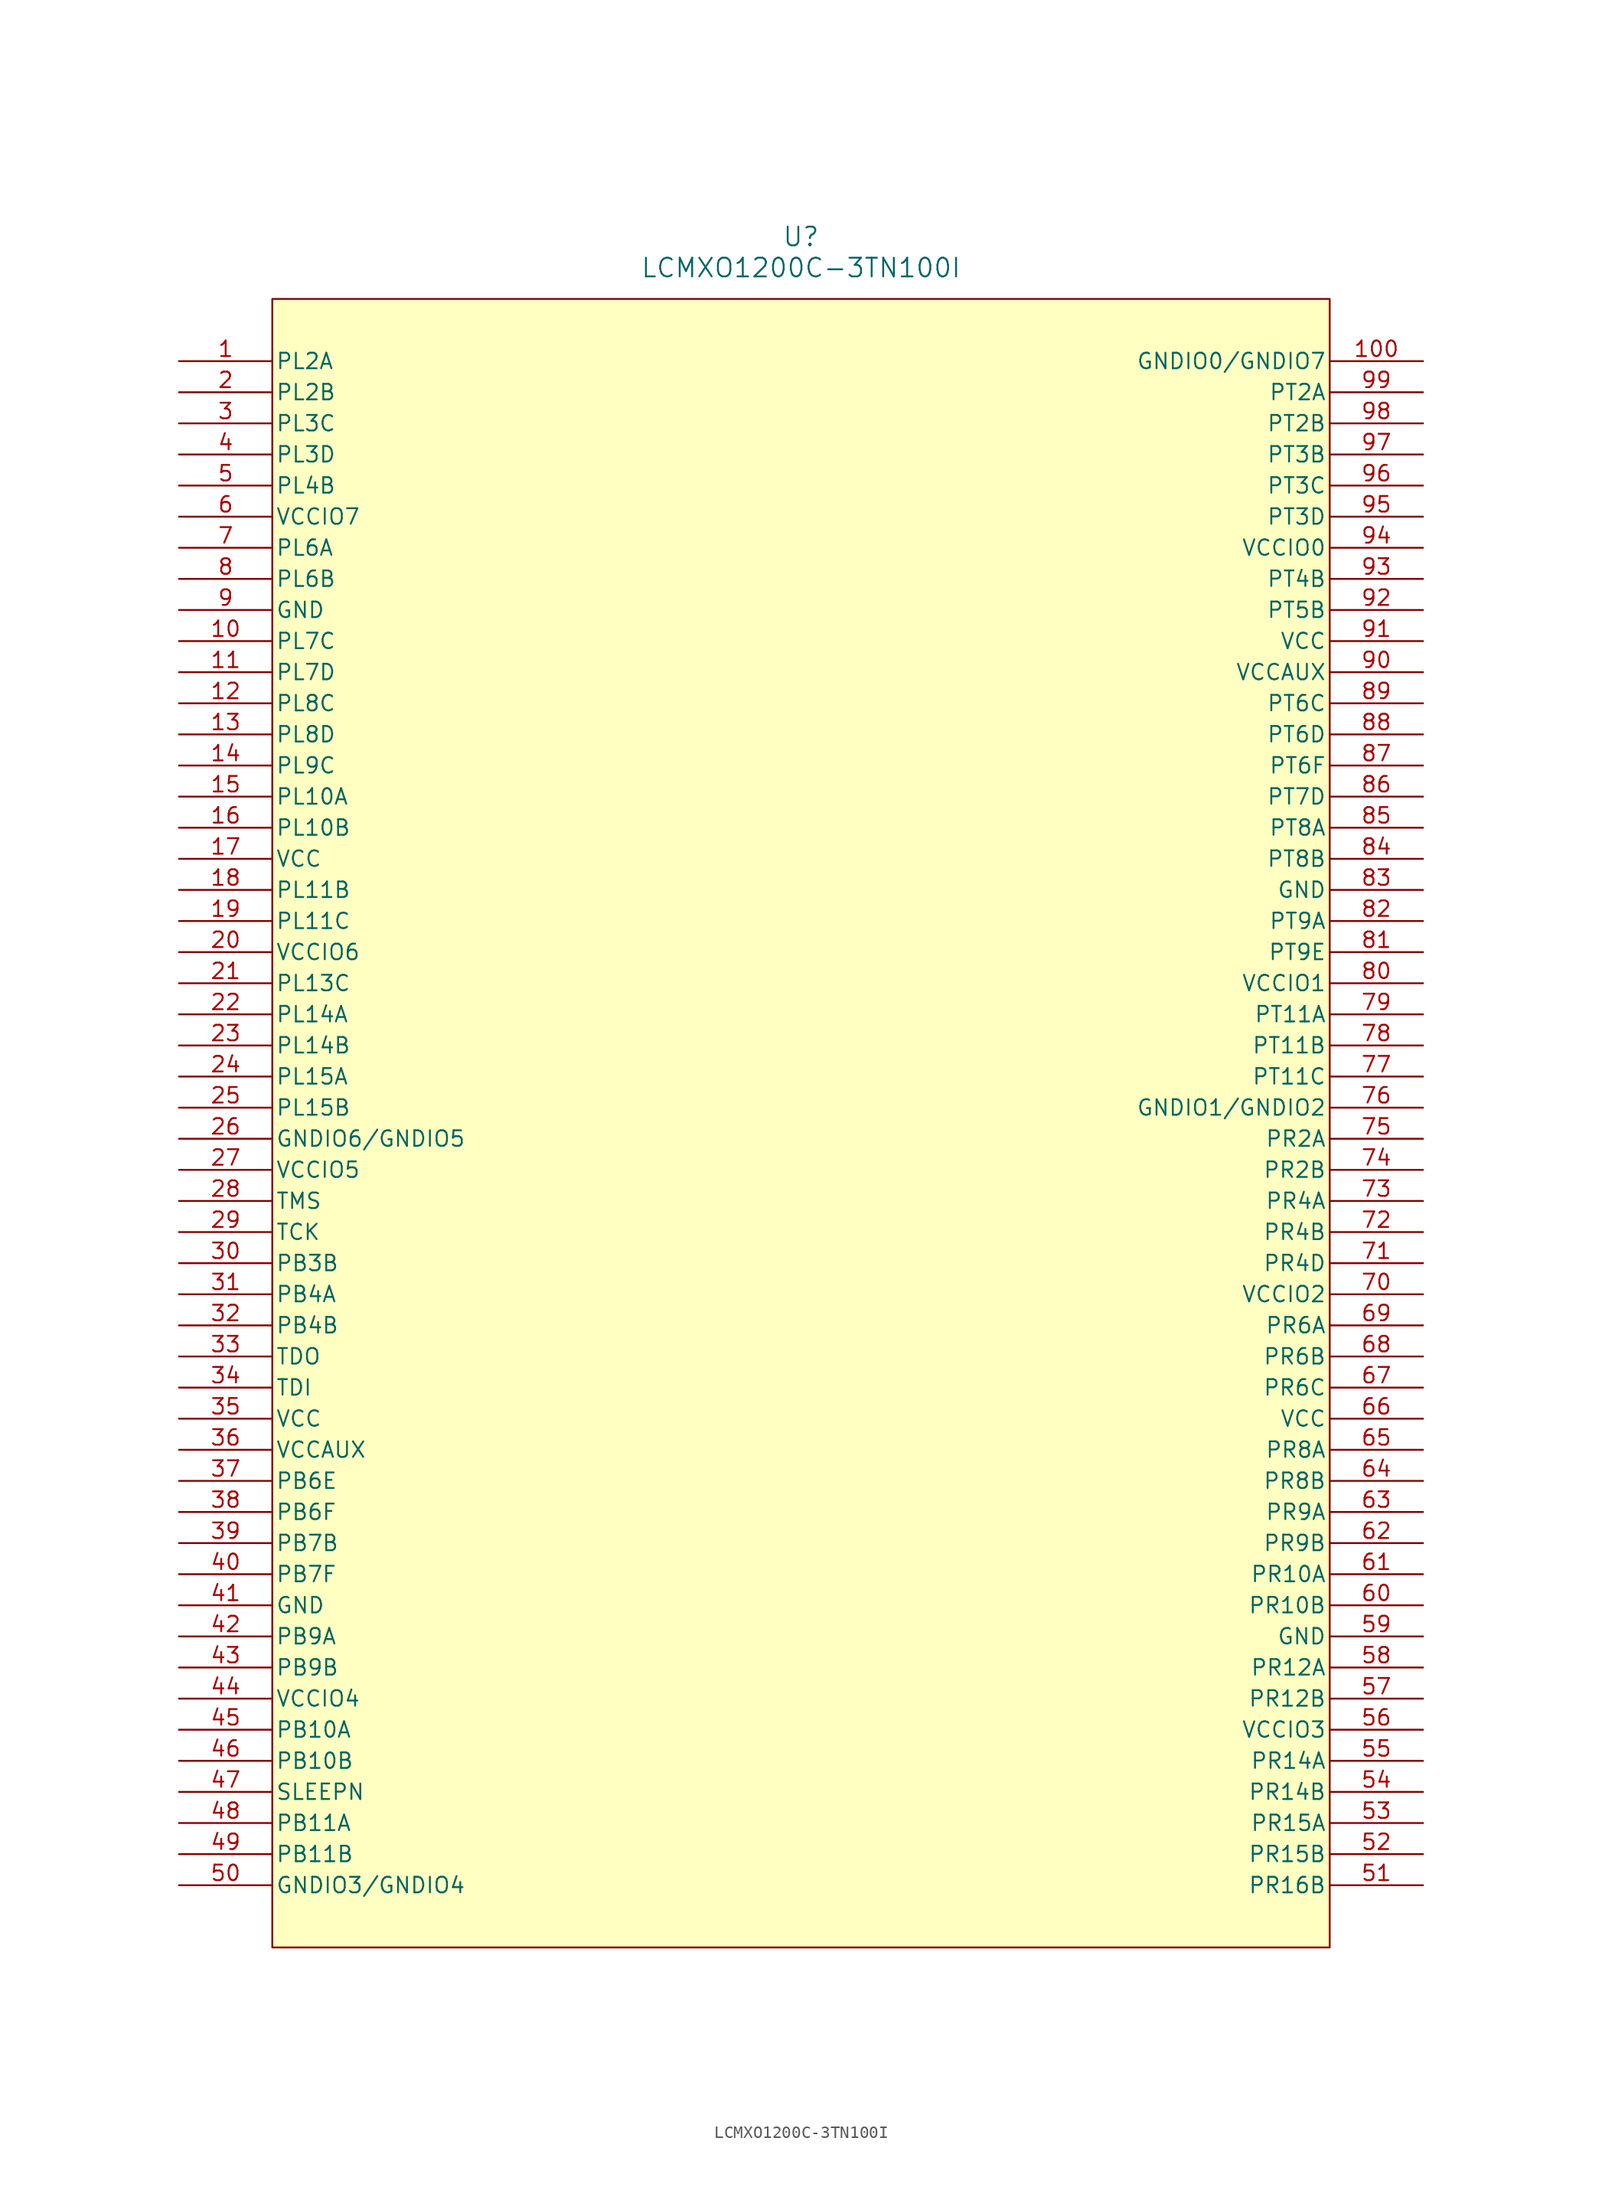
<source format=kicad_sym>
(kicad_symbol_lib
  (version 20211014)
  (generator kicad_symbol_editor)
  (symbol "LCMXO1200C-3TN100I"
    (pin_names
      (offset 0.254))
    (property "Reference" "U"
      (at 50.8 10.16 0)
      (effects (font (size 1.524 1.524))))
    (property "Value" "LCMXO1200C-3TN100I"
      (at 50.8 7.62 0)
      (effects (font (size 1.524 1.524))))
    (property "ki_locked" ""
      (at 0 0 0)
      (effects (font (size 1.27 1.27))))
    (symbol "LCMXO1200C-3TN100I_0_1"
      (pin unspecified line (at 0 0 0) (length 7.62) (name "PL2A" (effects (font (size 1.27 1.27)))) (number "1" (effects (font (size 1.27 1.27)))))
      (pin unspecified line (at 0 -22.86 0) (length 7.62) (name "PL7C" (effects (font (size 1.27 1.27)))) (number "10" (effects (font (size 1.27 1.27)))))
      (pin unspecified line (at 101.6 0 180) (length 7.62) (name "GNDIO0/GNDIO7" (effects (font (size 1.27 1.27)))) (number "100" (effects (font (size 1.27 1.27)))))
      (pin unspecified line (at 0 -25.4 0) (length 7.62) (name "PL7D" (effects (font (size 1.27 1.27)))) (number "11" (effects (font (size 1.27 1.27)))))
      (pin unspecified line (at 0 -27.94 0) (length 7.62) (name "PL8C" (effects (font (size 1.27 1.27)))) (number "12" (effects (font (size 1.27 1.27)))))
      (pin unspecified line (at 0 -30.48 0) (length 7.62) (name "PL8D" (effects (font (size 1.27 1.27)))) (number "13" (effects (font (size 1.27 1.27)))))
      (pin unspecified line (at 0 -33.02 0) (length 7.62) (name "PL9C" (effects (font (size 1.27 1.27)))) (number "14" (effects (font (size 1.27 1.27)))))
      (pin unspecified line (at 0 -35.56 0) (length 7.62) (name "PL10A" (effects (font (size 1.27 1.27)))) (number "15" (effects (font (size 1.27 1.27)))))
      (pin unspecified line (at 0 -38.1 0) (length 7.62) (name "PL10B" (effects (font (size 1.27 1.27)))) (number "16" (effects (font (size 1.27 1.27)))))
      (pin power_in line (at 0 -40.64 0) (length 7.62) (name "VCC" (effects (font (size 1.27 1.27)))) (number "17" (effects (font (size 1.27 1.27)))))
      (pin unspecified line (at 0 -43.18 0) (length 7.62) (name "PL11B" (effects (font (size 1.27 1.27)))) (number "18" (effects (font (size 1.27 1.27)))))
      (pin unspecified line (at 0 -45.72 0) (length 7.62) (name "PL11C" (effects (font (size 1.27 1.27)))) (number "19" (effects (font (size 1.27 1.27)))))
      (pin unspecified line (at 0 -2.54 0) (length 7.62) (name "PL2B" (effects (font (size 1.27 1.27)))) (number "2" (effects (font (size 1.27 1.27)))))
      (pin power_in line (at 0 -48.26 0) (length 7.62) (name "VCCIO6" (effects (font (size 1.27 1.27)))) (number "20" (effects (font (size 1.27 1.27)))))
      (pin unspecified line (at 0 -50.8 0) (length 7.62) (name "PL13C" (effects (font (size 1.27 1.27)))) (number "21" (effects (font (size 1.27 1.27)))))
      (pin unspecified line (at 0 -53.34 0) (length 7.62) (name "PL14A" (effects (font (size 1.27 1.27)))) (number "22" (effects (font (size 1.27 1.27)))))
      (pin unspecified line (at 0 -55.88 0) (length 7.62) (name "PL14B" (effects (font (size 1.27 1.27)))) (number "23" (effects (font (size 1.27 1.27)))))
      (pin unspecified line (at 0 -58.42 0) (length 7.62) (name "PL15A" (effects (font (size 1.27 1.27)))) (number "24" (effects (font (size 1.27 1.27)))))
      (pin unspecified line (at 0 -60.96 0) (length 7.62) (name "PL15B" (effects (font (size 1.27 1.27)))) (number "25" (effects (font (size 1.27 1.27)))))
      (pin unspecified line (at 0 -63.5 0) (length 7.62) (name "GNDIO6/GNDIO5" (effects (font (size 1.27 1.27)))) (number "26" (effects (font (size 1.27 1.27)))))
      (pin power_in line (at 0 -66.04 0) (length 7.62) (name "VCCIO5" (effects (font (size 1.27 1.27)))) (number "27" (effects (font (size 1.27 1.27)))))
      (pin unspecified line (at 0 -68.58 0) (length 7.62) (name "TMS" (effects (font (size 1.27 1.27)))) (number "28" (effects (font (size 1.27 1.27)))))
      (pin unspecified line (at 0 -71.12 0) (length 7.62) (name "TCK" (effects (font (size 1.27 1.27)))) (number "29" (effects (font (size 1.27 1.27)))))
      (pin unspecified line (at 0 -5.08 0) (length 7.62) (name "PL3C" (effects (font (size 1.27 1.27)))) (number "3" (effects (font (size 1.27 1.27)))))
      (pin unspecified line (at 0 -73.66 0) (length 7.62) (name "PB3B" (effects (font (size 1.27 1.27)))) (number "30" (effects (font (size 1.27 1.27)))))
      (pin unspecified line (at 0 -76.2 0) (length 7.62) (name "PB4A" (effects (font (size 1.27 1.27)))) (number "31" (effects (font (size 1.27 1.27)))))
      (pin unspecified line (at 0 -78.74 0) (length 7.62) (name "PB4B" (effects (font (size 1.27 1.27)))) (number "32" (effects (font (size 1.27 1.27)))))
      (pin unspecified line (at 0 -81.28 0) (length 7.62) (name "TDO" (effects (font (size 1.27 1.27)))) (number "33" (effects (font (size 1.27 1.27)))))
      (pin unspecified line (at 0 -83.82 0) (length 7.62) (name "TDI" (effects (font (size 1.27 1.27)))) (number "34" (effects (font (size 1.27 1.27)))))
      (pin power_in line (at 0 -86.36 0) (length 7.62) (name "VCC" (effects (font (size 1.27 1.27)))) (number "35" (effects (font (size 1.27 1.27)))))
      (pin power_in line (at 0 -88.9 0) (length 7.62) (name "VCCAUX" (effects (font (size 1.27 1.27)))) (number "36" (effects (font (size 1.27 1.27)))))
      (pin unspecified line (at 0 -91.44 0) (length 7.62) (name "PB6E" (effects (font (size 1.27 1.27)))) (number "37" (effects (font (size 1.27 1.27)))))
      (pin unspecified line (at 0 -93.98 0) (length 7.62) (name "PB6F" (effects (font (size 1.27 1.27)))) (number "38" (effects (font (size 1.27 1.27)))))
      (pin unspecified line (at 0 -96.52 0) (length 7.62) (name "PB7B" (effects (font (size 1.27 1.27)))) (number "39" (effects (font (size 1.27 1.27)))))
      (pin unspecified line (at 0 -7.62 0) (length 7.62) (name "PL3D" (effects (font (size 1.27 1.27)))) (number "4" (effects (font (size 1.27 1.27)))))
      (pin unspecified line (at 0 -99.06 0) (length 7.62) (name "PB7F" (effects (font (size 1.27 1.27)))) (number "40" (effects (font (size 1.27 1.27)))))
      (pin power_in line (at 0 -101.6 0) (length 7.62) (name "GND" (effects (font (size 1.27 1.27)))) (number "41" (effects (font (size 1.27 1.27)))))
      (pin unspecified line (at 0 -104.14 0) (length 7.62) (name "PB9A" (effects (font (size 1.27 1.27)))) (number "42" (effects (font (size 1.27 1.27)))))
      (pin unspecified line (at 0 -106.68 0) (length 7.62) (name "PB9B" (effects (font (size 1.27 1.27)))) (number "43" (effects (font (size 1.27 1.27)))))
      (pin power_in line (at 0 -109.22 0) (length 7.62) (name "VCCIO4" (effects (font (size 1.27 1.27)))) (number "44" (effects (font (size 1.27 1.27)))))
      (pin unspecified line (at 0 -111.76 0) (length 7.62) (name "PB10A" (effects (font (size 1.27 1.27)))) (number "45" (effects (font (size 1.27 1.27)))))
      (pin unspecified line (at 0 -114.3 0) (length 7.62) (name "PB10B" (effects (font (size 1.27 1.27)))) (number "46" (effects (font (size 1.27 1.27)))))
      (pin unspecified line (at 0 -116.84 0) (length 7.62) (name "SLEEPN" (effects (font (size 1.27 1.27)))) (number "47" (effects (font (size 1.27 1.27)))))
      (pin unspecified line (at 0 -119.38 0) (length 7.62) (name "PB11A" (effects (font (size 1.27 1.27)))) (number "48" (effects (font (size 1.27 1.27)))))
      (pin unspecified line (at 0 -121.92 0) (length 7.62) (name "PB11B" (effects (font (size 1.27 1.27)))) (number "49" (effects (font (size 1.27 1.27)))))
      (pin unspecified line (at 0 -10.16 0) (length 7.62) (name "PL4B" (effects (font (size 1.27 1.27)))) (number "5" (effects (font (size 1.27 1.27)))))
      (pin unspecified line (at 0 -124.46 0) (length 7.62) (name "GNDIO3/GNDIO4" (effects (font (size 1.27 1.27)))) (number "50" (effects (font (size 1.27 1.27)))))
      (pin unspecified line (at 101.6 -124.46 180) (length 7.62) (name "PR16B" (effects (font (size 1.27 1.27)))) (number "51" (effects (font (size 1.27 1.27)))))
      (pin unspecified line (at 101.6 -121.92 180) (length 7.62) (name "PR15B" (effects (font (size 1.27 1.27)))) (number "52" (effects (font (size 1.27 1.27)))))
      (pin unspecified line (at 101.6 -119.38 180) (length 7.62) (name "PR15A" (effects (font (size 1.27 1.27)))) (number "53" (effects (font (size 1.27 1.27)))))
      (pin unspecified line (at 101.6 -116.84 180) (length 7.62) (name "PR14B" (effects (font (size 1.27 1.27)))) (number "54" (effects (font (size 1.27 1.27)))))
      (pin unspecified line (at 101.6 -114.3 180) (length 7.62) (name "PR14A" (effects (font (size 1.27 1.27)))) (number "55" (effects (font (size 1.27 1.27)))))
      (pin power_in line (at 101.6 -111.76 180) (length 7.62) (name "VCCIO3" (effects (font (size 1.27 1.27)))) (number "56" (effects (font (size 1.27 1.27)))))
      (pin unspecified line (at 101.6 -109.22 180) (length 7.62) (name "PR12B" (effects (font (size 1.27 1.27)))) (number "57" (effects (font (size 1.27 1.27)))))
      (pin unspecified line (at 101.6 -106.68 180) (length 7.62) (name "PR12A" (effects (font (size 1.27 1.27)))) (number "58" (effects (font (size 1.27 1.27)))))
      (pin power_in line (at 101.6 -104.14 180) (length 7.62) (name "GND" (effects (font (size 1.27 1.27)))) (number "59" (effects (font (size 1.27 1.27)))))
      (pin power_in line (at 0 -12.7 0) (length 7.62) (name "VCCIO7" (effects (font (size 1.27 1.27)))) (number "6" (effects (font (size 1.27 1.27)))))
      (pin unspecified line (at 101.6 -101.6 180) (length 7.62) (name "PR10B" (effects (font (size 1.27 1.27)))) (number "60" (effects (font (size 1.27 1.27)))))
      (pin unspecified line (at 101.6 -99.06 180) (length 7.62) (name "PR10A" (effects (font (size 1.27 1.27)))) (number "61" (effects (font (size 1.27 1.27)))))
      (pin unspecified line (at 101.6 -96.52 180) (length 7.62) (name "PR9B" (effects (font (size 1.27 1.27)))) (number "62" (effects (font (size 1.27 1.27)))))
      (pin unspecified line (at 101.6 -93.98 180) (length 7.62) (name "PR9A" (effects (font (size 1.27 1.27)))) (number "63" (effects (font (size 1.27 1.27)))))
      (pin unspecified line (at 101.6 -91.44 180) (length 7.62) (name "PR8B" (effects (font (size 1.27 1.27)))) (number "64" (effects (font (size 1.27 1.27)))))
      (pin unspecified line (at 101.6 -88.9 180) (length 7.62) (name "PR8A" (effects (font (size 1.27 1.27)))) (number "65" (effects (font (size 1.27 1.27)))))
      (pin power_in line (at 101.6 -86.36 180) (length 7.62) (name "VCC" (effects (font (size 1.27 1.27)))) (number "66" (effects (font (size 1.27 1.27)))))
      (pin unspecified line (at 101.6 -83.82 180) (length 7.62) (name "PR6C" (effects (font (size 1.27 1.27)))) (number "67" (effects (font (size 1.27 1.27)))))
      (pin unspecified line (at 101.6 -81.28 180) (length 7.62) (name "PR6B" (effects (font (size 1.27 1.27)))) (number "68" (effects (font (size 1.27 1.27)))))
      (pin unspecified line (at 101.6 -78.74 180) (length 7.62) (name "PR6A" (effects (font (size 1.27 1.27)))) (number "69" (effects (font (size 1.27 1.27)))))
      (pin unspecified line (at 0 -15.24 0) (length 7.62) (name "PL6A" (effects (font (size 1.27 1.27)))) (number "7" (effects (font (size 1.27 1.27)))))
      (pin power_in line (at 101.6 -76.2 180) (length 7.62) (name "VCCIO2" (effects (font (size 1.27 1.27)))) (number "70" (effects (font (size 1.27 1.27)))))
      (pin unspecified line (at 101.6 -73.66 180) (length 7.62) (name "PR4D" (effects (font (size 1.27 1.27)))) (number "71" (effects (font (size 1.27 1.27)))))
      (pin unspecified line (at 101.6 -71.12 180) (length 7.62) (name "PR4B" (effects (font (size 1.27 1.27)))) (number "72" (effects (font (size 1.27 1.27)))))
      (pin unspecified line (at 101.6 -68.58 180) (length 7.62) (name "PR4A" (effects (font (size 1.27 1.27)))) (number "73" (effects (font (size 1.27 1.27)))))
      (pin unspecified line (at 101.6 -66.04 180) (length 7.62) (name "PR2B" (effects (font (size 1.27 1.27)))) (number "74" (effects (font (size 1.27 1.27)))))
      (pin unspecified line (at 101.6 -63.5 180) (length 7.62) (name "PR2A" (effects (font (size 1.27 1.27)))) (number "75" (effects (font (size 1.27 1.27)))))
      (pin unspecified line (at 101.6 -60.96 180) (length 7.62) (name "GNDIO1/GNDIO2" (effects (font (size 1.27 1.27)))) (number "76" (effects (font (size 1.27 1.27)))))
      (pin unspecified line (at 101.6 -58.42 180) (length 7.62) (name "PT11C" (effects (font (size 1.27 1.27)))) (number "77" (effects (font (size 1.27 1.27)))))
      (pin unspecified line (at 101.6 -55.88 180) (length 7.62) (name "PT11B" (effects (font (size 1.27 1.27)))) (number "78" (effects (font (size 1.27 1.27)))))
      (pin unspecified line (at 101.6 -53.34 180) (length 7.62) (name "PT11A" (effects (font (size 1.27 1.27)))) (number "79" (effects (font (size 1.27 1.27)))))
      (pin unspecified line (at 0 -17.78 0) (length 7.62) (name "PL6B" (effects (font (size 1.27 1.27)))) (number "8" (effects (font (size 1.27 1.27)))))
      (pin power_in line (at 101.6 -50.8 180) (length 7.62) (name "VCCIO1" (effects (font (size 1.27 1.27)))) (number "80" (effects (font (size 1.27 1.27)))))
      (pin unspecified line (at 101.6 -48.26 180) (length 7.62) (name "PT9E" (effects (font (size 1.27 1.27)))) (number "81" (effects (font (size 1.27 1.27)))))
      (pin unspecified line (at 101.6 -45.72 180) (length 7.62) (name "PT9A" (effects (font (size 1.27 1.27)))) (number "82" (effects (font (size 1.27 1.27)))))
      (pin power_in line (at 101.6 -43.18 180) (length 7.62) (name "GND" (effects (font (size 1.27 1.27)))) (number "83" (effects (font (size 1.27 1.27)))))
      (pin unspecified line (at 101.6 -40.64 180) (length 7.62) (name "PT8B" (effects (font (size 1.27 1.27)))) (number "84" (effects (font (size 1.27 1.27)))))
      (pin unspecified line (at 101.6 -38.1 180) (length 7.62) (name "PT8A" (effects (font (size 1.27 1.27)))) (number "85" (effects (font (size 1.27 1.27)))))
      (pin unspecified line (at 101.6 -35.56 180) (length 7.62) (name "PT7D" (effects (font (size 1.27 1.27)))) (number "86" (effects (font (size 1.27 1.27)))))
      (pin unspecified line (at 101.6 -33.02 180) (length 7.62) (name "PT6F" (effects (font (size 1.27 1.27)))) (number "87" (effects (font (size 1.27 1.27)))))
      (pin unspecified line (at 101.6 -30.48 180) (length 7.62) (name "PT6D" (effects (font (size 1.27 1.27)))) (number "88" (effects (font (size 1.27 1.27)))))
      (pin unspecified line (at 101.6 -27.94 180) (length 7.62) (name "PT6C" (effects (font (size 1.27 1.27)))) (number "89" (effects (font (size 1.27 1.27)))))
      (pin power_in line (at 0 -20.32 0) (length 7.62) (name "GND" (effects (font (size 1.27 1.27)))) (number "9" (effects (font (size 1.27 1.27)))))
      (pin power_in line (at 101.6 -25.4 180) (length 7.62) (name "VCCAUX" (effects (font (size 1.27 1.27)))) (number "90" (effects (font (size 1.27 1.27)))))
      (pin power_in line (at 101.6 -22.86 180) (length 7.62) (name "VCC" (effects (font (size 1.27 1.27)))) (number "91" (effects (font (size 1.27 1.27)))))
      (pin unspecified line (at 101.6 -20.32 180) (length 7.62) (name "PT5B" (effects (font (size 1.27 1.27)))) (number "92" (effects (font (size 1.27 1.27)))))
      (pin unspecified line (at 101.6 -17.78 180) (length 7.62) (name "PT4B" (effects (font (size 1.27 1.27)))) (number "93" (effects (font (size 1.27 1.27)))))
      (pin power_in line (at 101.6 -15.24 180) (length 7.62) (name "VCCIO0" (effects (font (size 1.27 1.27)))) (number "94" (effects (font (size 1.27 1.27)))))
      (pin unspecified line (at 101.6 -12.7 180) (length 7.62) (name "PT3D" (effects (font (size 1.27 1.27)))) (number "95" (effects (font (size 1.27 1.27)))))
      (pin unspecified line (at 101.6 -10.16 180) (length 7.62) (name "PT3C" (effects (font (size 1.27 1.27)))) (number "96" (effects (font (size 1.27 1.27)))))
      (pin unspecified line (at 101.6 -7.62 180) (length 7.62) (name "PT3B" (effects (font (size 1.27 1.27)))) (number "97" (effects (font (size 1.27 1.27)))))
      (pin unspecified line (at 101.6 -5.08 180) (length 7.62) (name "PT2B" (effects (font (size 1.27 1.27)))) (number "98" (effects (font (size 1.27 1.27)))))
      (pin unspecified line (at 101.6 -2.54 180) (length 7.62) (name "PT2A" (effects (font (size 1.27 1.27)))) (number "99" (effects (font (size 1.27 1.27))))))
    (symbol "LCMXO1200C-3TN100I_1_1"
      (rectangle (start 7.62 5.08) (end 93.98 -129.54) (stroke (width 0.152) (type default) (color 0 0 0 0)) (fill (type background))))))
</source>
